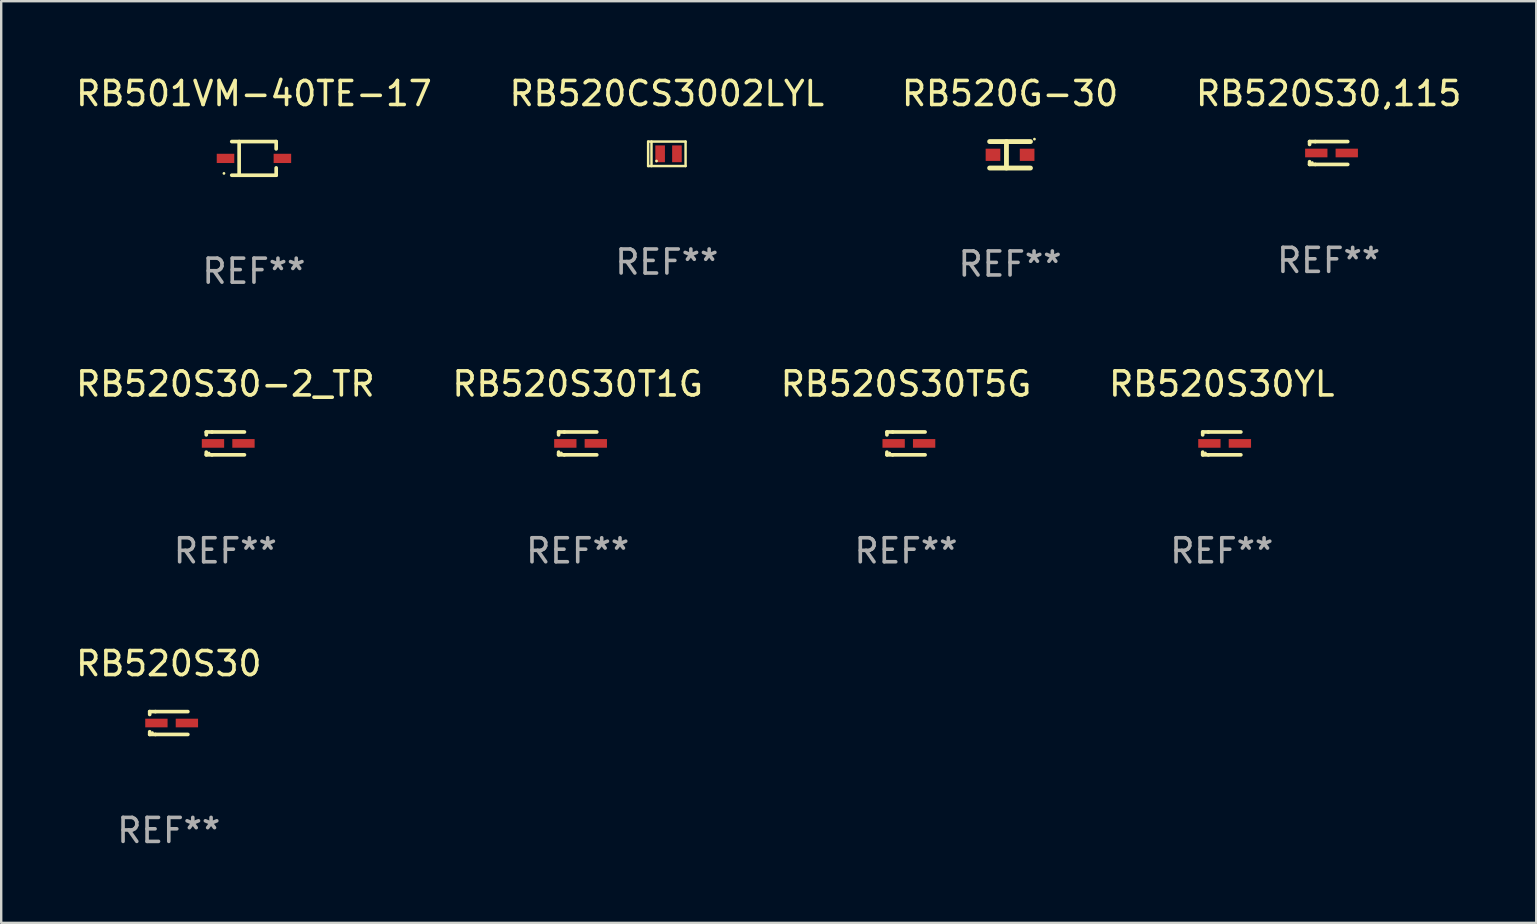
<source format=kicad_pcb>
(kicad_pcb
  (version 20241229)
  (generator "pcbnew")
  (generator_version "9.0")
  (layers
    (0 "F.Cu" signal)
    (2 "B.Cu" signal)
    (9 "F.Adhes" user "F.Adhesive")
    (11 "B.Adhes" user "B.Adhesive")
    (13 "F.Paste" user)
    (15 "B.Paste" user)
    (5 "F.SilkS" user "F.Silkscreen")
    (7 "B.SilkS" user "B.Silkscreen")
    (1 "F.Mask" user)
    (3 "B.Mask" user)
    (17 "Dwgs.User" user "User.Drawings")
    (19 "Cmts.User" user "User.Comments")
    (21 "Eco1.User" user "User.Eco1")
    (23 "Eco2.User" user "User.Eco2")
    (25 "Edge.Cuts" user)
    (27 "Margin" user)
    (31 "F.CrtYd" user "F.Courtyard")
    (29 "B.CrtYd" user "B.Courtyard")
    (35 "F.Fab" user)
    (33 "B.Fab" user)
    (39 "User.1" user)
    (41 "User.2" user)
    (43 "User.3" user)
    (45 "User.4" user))
  (footprint "RB520S30T1G"
    (layer "F.Cu")
    (at 21.018 15.423)
    (property "Reference" "RB520S30T1G" (at 0 -2.476 0) (layer "F.SilkS") (effects (font (size 1 1) (thickness 0.15))))
    (attr through_hole)
    (fp_line (start -0.795 -0.476) (end -0.795 -0.356) (stroke (width 0.152) (type solid)) (layer "F.SilkS"))
    (fp_line (start -0.795 0.363) (end -0.795 0.476) (stroke (width 0.152) (type solid)) (layer "F.SilkS"))
    (fp_line (start -0.795 0.476) (end -0.557 0.476) (stroke (width 0.152) (type solid)) (layer "F.SilkS"))
    (fp_line (start -0.557 -0.476) (end -0.795 -0.476) (stroke (width 0.152) (type solid)) (layer "F.SilkS"))
    (fp_line (start -0.557 -0.476) (end 0.795 -0.476) (stroke (width 0.152) (type solid)) (layer "F.SilkS"))
    (fp_line (start -0.557 0.476) (end 0.795 0.476) (stroke (width 0.152) (type solid)) (layer "F.SilkS"))
    (fp_circle (center -0.681 0.4) (end -0.651 0.4) (stroke (width 0.06) (type solid)) (fill no) (layer "F.SilkS"))
    (fp_text user "REF**" (at 0 4.476 0) (layer "F.Fab") (effects (font (size 1 1) (thickness 0.15))))
    (pad "1" smd rect (at -0.516 0 180) (size 0.93 0.36) (layers "F.Cu" "F.Mask" "F.Paste"))
    (pad "2" smd rect (at 0.754 0 180) (size 0.93 0.36) (layers "F.Cu" "F.Mask" "F.Paste")))
  (footprint "RB520S30-2_TR"
    (layer "F.Cu")
    (at 6.339 15.423)
    (property "Reference" "RB520S30-2_TR" (at 0 -2.476 0) (layer "F.SilkS") (effects (font (size 1 1) (thickness 0.15))))
    (attr through_hole)
    (fp_line (start -0.795 -0.476) (end -0.795 -0.356) (stroke (width 0.152) (type solid)) (layer "F.SilkS"))
    (fp_line (start -0.795 0.363) (end -0.795 0.476) (stroke (width 0.152) (type solid)) (layer "F.SilkS"))
    (fp_line (start -0.795 0.476) (end -0.557 0.476) (stroke (width 0.152) (type solid)) (layer "F.SilkS"))
    (fp_line (start -0.557 -0.476) (end -0.795 -0.476) (stroke (width 0.152) (type solid)) (layer "F.SilkS"))
    (fp_line (start -0.557 -0.476) (end 0.795 -0.476) (stroke (width 0.152) (type solid)) (layer "F.SilkS"))
    (fp_line (start -0.557 0.476) (end 0.795 0.476) (stroke (width 0.152) (type solid)) (layer "F.SilkS"))
    (fp_circle (center -0.681 0.4) (end -0.651 0.4) (stroke (width 0.06) (type solid)) (fill no) (layer "F.SilkS"))
    (fp_text user "REF**" (at 0 4.476 0) (layer "F.Fab") (effects (font (size 1 1) (thickness 0.15))))
    (pad "1" smd rect (at -0.516 0 180) (size 0.93 0.36) (layers "F.Cu" "F.Mask" "F.Paste"))
    (pad "2" smd rect (at 0.754 0 180) (size 0.93 0.36) (layers "F.Cu" "F.Mask" "F.Paste")))
  (footprint "RB520S30YL"
    (layer "F.Cu")
    (at 47.851 15.423)
    (property "Reference" "RB520S30YL" (at 0 -2.476 0) (layer "F.SilkS") (effects (font (size 1 1) (thickness 0.15))))
    (attr through_hole)
    (fp_line (start -0.795 -0.476) (end -0.795 -0.356) (stroke (width 0.152) (type solid)) (layer "F.SilkS"))
    (fp_line (start -0.795 0.363) (end -0.795 0.476) (stroke (width 0.152) (type solid)) (layer "F.SilkS"))
    (fp_line (start -0.795 0.476) (end -0.557 0.476) (stroke (width 0.152) (type solid)) (layer "F.SilkS"))
    (fp_line (start -0.557 -0.476) (end -0.795 -0.476) (stroke (width 0.152) (type solid)) (layer "F.SilkS"))
    (fp_line (start -0.557 -0.476) (end 0.795 -0.476) (stroke (width 0.152) (type solid)) (layer "F.SilkS"))
    (fp_line (start -0.557 0.476) (end 0.795 0.476) (stroke (width 0.152) (type solid)) (layer "F.SilkS"))
    (fp_circle (center -0.681 0.4) (end -0.651 0.4) (stroke (width 0.06) (type solid)) (fill no) (layer "F.SilkS"))
    (fp_text user "REF**" (at 0 4.476 0) (layer "F.Fab") (effects (font (size 1 1) (thickness 0.15))))
    (pad "1" smd rect (at -0.516 0 180) (size 0.93 0.36) (layers "F.Cu" "F.Mask" "F.Paste"))
    (pad "2" smd rect (at 0.754 0 180) (size 0.93 0.36) (layers "F.Cu" "F.Mask" "F.Paste")))
  (footprint "RB520S30"
    (layer "F.Cu")
    (at 3.982 27.072)
    (property "Reference" "RB520S30" (at 0 -2.476 0) (layer "F.SilkS") (effects (font (size 1 1) (thickness 0.15))))
    (attr through_hole)
    (fp_line (start -0.795 -0.476) (end -0.795 -0.356) (stroke (width 0.152) (type solid)) (layer "F.SilkS"))
    (fp_line (start -0.795 0.363) (end -0.795 0.476) (stroke (width 0.152) (type solid)) (layer "F.SilkS"))
    (fp_line (start -0.795 0.476) (end -0.557 0.476) (stroke (width 0.152) (type solid)) (layer "F.SilkS"))
    (fp_line (start -0.557 -0.476) (end -0.795 -0.476) (stroke (width 0.152) (type solid)) (layer "F.SilkS"))
    (fp_line (start -0.557 -0.476) (end 0.795 -0.476) (stroke (width 0.152) (type solid)) (layer "F.SilkS"))
    (fp_line (start -0.557 0.476) (end 0.795 0.476) (stroke (width 0.152) (type solid)) (layer "F.SilkS"))
    (fp_circle (center -0.681 0.4) (end -0.651 0.4) (stroke (width 0.06) (type solid)) (fill no) (layer "F.SilkS"))
    (fp_text user "REF**" (at 0 4.476 0) (layer "F.Fab") (effects (font (size 1 1) (thickness 0.15))))
    (pad "1" smd rect (at -0.516 0 180) (size 0.93 0.36) (layers "F.Cu" "F.Mask" "F.Paste"))
    (pad "2" smd rect (at 0.754 0 180) (size 0.93 0.36) (layers "F.Cu" "F.Mask" "F.Paste")))
  (footprint "RB520S30T5G"
    (layer "F.Cu")
    (at 34.696 15.423)
    (property "Reference" "RB520S30T5G" (at 0 -2.476 0) (layer "F.SilkS") (effects (font (size 1 1) (thickness 0.15))))
    (attr through_hole)
    (fp_line (start -0.795 -0.476) (end -0.795 -0.356) (stroke (width 0.152) (type solid)) (layer "F.SilkS"))
    (fp_line (start -0.795 0.363) (end -0.795 0.476) (stroke (width 0.152) (type solid)) (layer "F.SilkS"))
    (fp_line (start -0.795 0.476) (end -0.557 0.476) (stroke (width 0.152) (type solid)) (layer "F.SilkS"))
    (fp_line (start -0.557 -0.476) (end -0.795 -0.476) (stroke (width 0.152) (type solid)) (layer "F.SilkS"))
    (fp_line (start -0.557 -0.476) (end 0.795 -0.476) (stroke (width 0.152) (type solid)) (layer "F.SilkS"))
    (fp_line (start -0.557 0.476) (end 0.795 0.476) (stroke (width 0.152) (type solid)) (layer "F.SilkS"))
    (fp_circle (center -0.681 0.4) (end -0.651 0.4) (stroke (width 0.06) (type solid)) (fill no) (layer "F.SilkS"))
    (fp_text user "REF**" (at 0 4.476 0) (layer "F.Fab") (effects (font (size 1 1) (thickness 0.15))))
    (pad "1" smd rect (at -0.516 0 180) (size 0.93 0.36) (layers "F.Cu" "F.Mask" "F.Paste"))
    (pad "2" smd rect (at 0.754 0 180) (size 0.93 0.36) (layers "F.Cu" "F.Mask" "F.Paste")))
  (footprint "RB520S30,115"
    (layer "F.Cu")
    (at 52.304 3.324)
    (property "Reference" "RB520S30,115" (at 0 -2.476 0) (layer "F.SilkS") (effects (font (size 1 1) (thickness 0.15))))
    (attr through_hole)
    (fp_line (start -0.795 -0.476) (end -0.795 -0.356) (stroke (width 0.152) (type solid)) (layer "F.SilkS"))
    (fp_line (start -0.795 0.363) (end -0.795 0.476) (stroke (width 0.152) (type solid)) (layer "F.SilkS"))
    (fp_line (start -0.795 0.476) (end -0.557 0.476) (stroke (width 0.152) (type solid)) (layer "F.SilkS"))
    (fp_line (start -0.557 -0.476) (end -0.795 -0.476) (stroke (width 0.152) (type solid)) (layer "F.SilkS"))
    (fp_line (start -0.557 -0.476) (end 0.795 -0.476) (stroke (width 0.152) (type solid)) (layer "F.SilkS"))
    (fp_line (start -0.557 0.476) (end 0.795 0.476) (stroke (width 0.152) (type solid)) (layer "F.SilkS"))
    (fp_circle (center -0.681 0.4) (end -0.651 0.4) (stroke (width 0.06) (type solid)) (fill no) (layer "F.SilkS"))
    (fp_text user "REF**" (at 0 4.476 0) (layer "F.Fab") (effects (font (size 1 1) (thickness 0.15))))
    (pad "1" smd rect (at -0.516 0 180) (size 0.93 0.36) (layers "F.Cu" "F.Mask" "F.Paste"))
    (pad "2" smd rect (at 0.754 0 180) (size 0.93 0.36) (layers "F.Cu" "F.Mask" "F.Paste")))
  (footprint "RB520CS3002LYL"
    (layer "F.Cu")
    (at 24.732 3.358)
    (property "Reference" "RB520CS3002LYL" (at 0 -2.51 0) (layer "F.SilkS") (effects (font (size 1 1) (thickness 0.15))))
    (attr through_hole)
    (fp_line (start -0.78 -0.51) (end -0.78 0.51) (stroke (width 0.102) (type solid)) (layer "F.SilkS"))
    (fp_line (start -0.78 -0.51) (end 0.78 -0.51) (stroke (width 0.102) (type solid)) (layer "F.SilkS"))
    (fp_line (start -0.78 0.51) (end 0.78 0.51) (stroke (width 0.102) (type solid)) (layer "F.SilkS"))
    (fp_line (start -0.64 -0.51) (end -0.64 0.51) (stroke (width 0.102) (type solid)) (layer "F.SilkS"))
    (fp_line (start 0.78 -0.51) (end 0.78 0.51) (stroke (width 0.102) (type solid)) (layer "F.SilkS"))
    (fp_circle (center -0.43 0.3) (end -0.4 0.3) (stroke (width 0.06) (type solid)) (fill no) (layer "F.SilkS"))
    (fp_text user "REF**" (at 0 4.51 0) (layer "F.Fab") (effects (font (size 1 1) (thickness 0.15))))
    (pad "1" smd rect (at -0.28 0) (size 0.4 0.7) (layers "F.Cu" "F.Mask" "F.Paste"))
    (pad "2" smd rect (at 0.42 0) (size 0.4 0.7) (layers "F.Cu" "F.Mask" "F.Paste")))
  (footprint "RB520G-30"
    (layer "F.Cu")
    (at 39.03 3.399)
    (property "Reference" "RB520G-30" (at 0 -2.551 0) (layer "F.SilkS") (effects (font (size 1 1) (thickness 0.15))))
    (attr through_hole)
    (fp_line (start -0.851 -0.551) (end 0.851 -0.551) (stroke (width 0.201) (type solid)) (layer "F.SilkS"))
    (fp_line (start -0.851 0.551) (end 0.851 0.551) (stroke (width 0.201) (type solid)) (layer "F.SilkS"))
    (fp_line (start -0.15 -0.551) (end -0.15 0.551) (stroke (width 0.201) (type solid)) (layer "F.SilkS"))
    (fp_circle (center 1.016 -0.652) (end 1.046 -0.652) (stroke (width 0.06) (type solid)) (fill no) (layer "F.SilkS"))
    (fp_text user "REF**" (at 0 4.551 0) (layer "F.Fab") (effects (font (size 1 1) (thickness 0.15))))
    (pad "1" smd rect (at 0.711 0 180) (size 0.61 0.508) (layers "F.Cu" "F.Mask" "F.Paste"))
    (pad "2" smd rect (at -0.711 0 180) (size 0.61 0.508) (layers "F.Cu" "F.Mask" "F.Paste")))
  (footprint "RB501VM-40TE-17"
    (layer "F.Cu")
    (at 7.53 3.549)
    (property "Reference" "RB501VM-40TE-17" (at 0 -2.701 0) (layer "F.SilkS") (effects (font (size 1 1) (thickness 0.15))))
    (attr through_hole)
    (fp_line (start -0.926 -0.701) (end 0.926 -0.701) (stroke (width 0.152) (type solid)) (layer "F.SilkS"))
    (fp_line (start -0.926 0.701) (end 0.926 0.701) (stroke (width 0.152) (type solid)) (layer "F.SilkS"))
    (fp_line (start -0.617 -0.701) (end -0.617 0.701) (stroke (width 0.152) (type solid)) (layer "F.SilkS"))
    (fp_line (start 0.926 -0.701) (end 0.926 -0.396) (stroke (width 0.152) (type solid)) (layer "F.SilkS"))
    (fp_line (start 0.926 0.701) (end 0.926 0.396) (stroke (width 0.152) (type solid)) (layer "F.SilkS"))
    (fp_circle (center -1.25 0.625) (end -1.22 0.625) (stroke (width 0.06) (type solid)) (fill no) (layer "F.SilkS"))
    (fp_text user "REF**" (at 0 4.701 0) (layer "F.Fab") (effects (font (size 1 1) (thickness 0.15))))
    (pad "1" smd rect (at -1.185 0 180) (size 0.73 0.385) (layers "F.Cu" "F.Mask" "F.Paste"))
    (pad "2" smd rect (at 1.185 0 180) (size 0.73 0.385) (layers "F.Cu" "F.Mask" "F.Paste")))
  (gr_rect
    (start -3 -3)
    (end 60.952 35.397)
    (stroke (width 0.1) (type default))
    (fill no)
    (layer "Edge.Cuts")))
</source>
